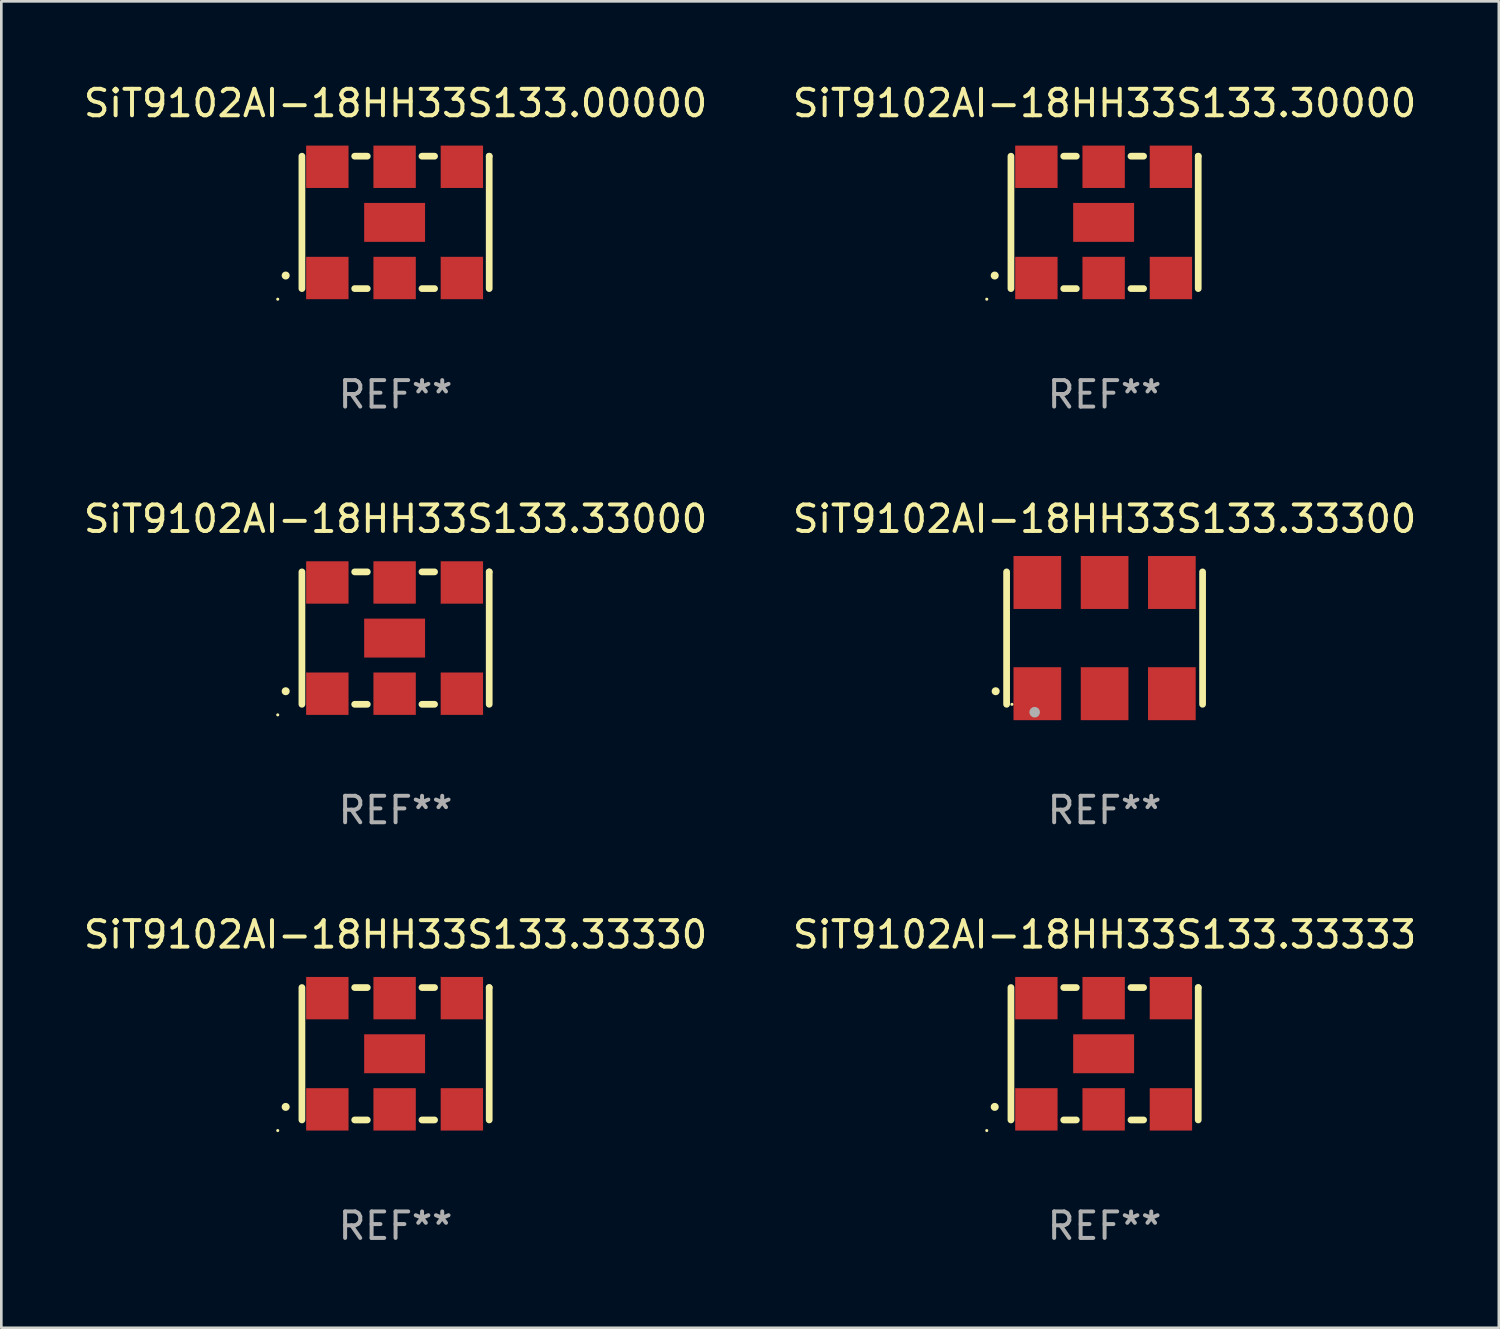
<source format=kicad_pcb>
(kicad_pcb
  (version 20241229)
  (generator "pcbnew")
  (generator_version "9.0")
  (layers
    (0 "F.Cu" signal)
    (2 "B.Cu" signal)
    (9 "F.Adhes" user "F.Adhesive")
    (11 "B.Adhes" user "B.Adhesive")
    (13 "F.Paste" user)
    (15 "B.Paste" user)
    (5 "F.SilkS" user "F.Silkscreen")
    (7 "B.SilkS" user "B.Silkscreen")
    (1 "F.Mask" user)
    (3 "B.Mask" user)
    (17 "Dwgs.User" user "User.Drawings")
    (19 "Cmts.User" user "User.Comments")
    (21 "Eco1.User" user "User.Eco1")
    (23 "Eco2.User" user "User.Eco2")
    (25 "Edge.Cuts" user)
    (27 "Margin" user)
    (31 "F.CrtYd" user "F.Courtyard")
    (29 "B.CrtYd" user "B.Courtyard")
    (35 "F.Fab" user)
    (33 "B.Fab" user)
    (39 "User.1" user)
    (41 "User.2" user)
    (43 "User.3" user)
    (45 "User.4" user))
  (footprint "SiT9102AI-18HH33S133.33330"
    (layer "F.Cu")
    (at 11.887 36.741)
    (property "Reference" "SiT9102AI-18HH33S133.33330" (at 0 -4.5 0) (layer "F.SilkS") (effects (font (size 1 1) (thickness 0.15))))
    (attr through_hole)
    (fp_line (start -3.536 -2.5) (end -3.536 2.5) (stroke (width 0.254) (type solid)) (layer "F.SilkS"))
    (fp_line (start -1.544 2.5) (end -1.067 2.5) (stroke (width 0.254) (type solid)) (layer "F.SilkS"))
    (fp_line (start -1.067 -2.5) (end -1.544 -2.5) (stroke (width 0.254) (type solid)) (layer "F.SilkS"))
    (fp_line (start 0.996 2.5) (end 1.473 2.5) (stroke (width 0.254) (type solid)) (layer "F.SilkS"))
    (fp_line (start 1.473 -2.5) (end 0.996 -2.5) (stroke (width 0.254) (type solid)) (layer "F.SilkS"))
    (fp_line (start 3.536 -2.5) (end 3.536 -2.5) (stroke (width 0.254) (type solid)) (layer "F.SilkS"))
    (fp_line (start 3.536 2.5) (end 3.536 -2.5) (stroke (width 0.254) (type solid)) (layer "F.SilkS"))
    (fp_arc (start -4.150432 2.006604) (mid -4.149162 2.006599) (end -4.147892 2.006604) (stroke (width 0.3) (type solid)) (layer "F.SilkS"))
    (fp_circle (center -4.449 2.9) (end -4.419 2.9) (stroke (width 0.06) (type solid)) (fill no) (layer "F.SilkS"))
    (fp_text user "REF**" (at 0 6.5 0) (layer "F.Fab") (effects (font (size 1 1) (thickness 0.15))))
    (pad "1" smd rect (at -2.576 2.1) (size 1.6 1.6) (layers "F.Cu" "F.Mask" "F.Paste"))
    (pad "2" smd rect (at -0.036 2.1) (size 1.6 1.6) (layers "F.Cu" "F.Mask" "F.Paste"))
    (pad "3" smd rect (at 2.504 2.1) (size 1.6 1.6) (layers "F.Cu" "F.Mask" "F.Paste"))
    (pad "4" smd rect (at 2.504 -2.1) (size 1.6 1.6) (layers "F.Cu" "F.Mask" "F.Paste"))
    (pad "5" smd rect (at -0.036 -2.1) (size 1.6 1.6) (layers "F.Cu" "F.Mask" "F.Paste"))
    (pad "6" smd rect (at -2.576 -2.1) (size 1.6 1.6) (layers "F.Cu" "F.Mask" "F.Paste"))
    (pad "7" smd rect (at -0.036 0) (size 2.3 1.47) (layers "F.Cu" "F.Mask" "F.Paste")))
  (footprint "SiT9102AI-18HH33S133.33000"
    (layer "F.Cu")
    (at 11.887 21.045)
    (property "Reference" "SiT9102AI-18HH33S133.33000" (at 0 -4.5 0) (layer "F.SilkS") (effects (font (size 1 1) (thickness 0.15))))
    (attr through_hole)
    (fp_line (start -3.536 -2.5) (end -3.536 2.5) (stroke (width 0.254) (type solid)) (layer "F.SilkS"))
    (fp_line (start -1.544 2.5) (end -1.067 2.5) (stroke (width 0.254) (type solid)) (layer "F.SilkS"))
    (fp_line (start -1.067 -2.5) (end -1.544 -2.5) (stroke (width 0.254) (type solid)) (layer "F.SilkS"))
    (fp_line (start 0.996 2.5) (end 1.473 2.5) (stroke (width 0.254) (type solid)) (layer "F.SilkS"))
    (fp_line (start 1.473 -2.5) (end 0.996 -2.5) (stroke (width 0.254) (type solid)) (layer "F.SilkS"))
    (fp_line (start 3.536 -2.5) (end 3.536 -2.5) (stroke (width 0.254) (type solid)) (layer "F.SilkS"))
    (fp_line (start 3.536 2.5) (end 3.536 -2.5) (stroke (width 0.254) (type solid)) (layer "F.SilkS"))
    (fp_arc (start -4.150432 2.006604) (mid -4.149162 2.006599) (end -4.147892 2.006604) (stroke (width 0.3) (type solid)) (layer "F.SilkS"))
    (fp_circle (center -4.449 2.9) (end -4.419 2.9) (stroke (width 0.06) (type solid)) (fill no) (layer "F.SilkS"))
    (fp_text user "REF**" (at 0 6.5 0) (layer "F.Fab") (effects (font (size 1 1) (thickness 0.15))))
    (pad "1" smd rect (at -2.576 2.1) (size 1.6 1.6) (layers "F.Cu" "F.Mask" "F.Paste"))
    (pad "2" smd rect (at -0.036 2.1) (size 1.6 1.6) (layers "F.Cu" "F.Mask" "F.Paste"))
    (pad "3" smd rect (at 2.504 2.1) (size 1.6 1.6) (layers "F.Cu" "F.Mask" "F.Paste"))
    (pad "4" smd rect (at 2.504 -2.1) (size 1.6 1.6) (layers "F.Cu" "F.Mask" "F.Paste"))
    (pad "5" smd rect (at -0.036 -2.1) (size 1.6 1.6) (layers "F.Cu" "F.Mask" "F.Paste"))
    (pad "6" smd rect (at -2.576 -2.1) (size 1.6 1.6) (layers "F.Cu" "F.Mask" "F.Paste"))
    (pad "7" smd rect (at -0.036 0) (size 2.3 1.47) (layers "F.Cu" "F.Mask" "F.Paste")))
  (footprint "SiT9102AI-18HH33S133.00000"
    (layer "F.Cu")
    (at 11.887 5.348)
    (property "Reference" "SiT9102AI-18HH33S133.00000" (at 0 -4.5 0) (layer "F.SilkS") (effects (font (size 1 1) (thickness 0.15))))
    (attr through_hole)
    (fp_line (start -3.536 -2.5) (end -3.536 2.5) (stroke (width 0.254) (type solid)) (layer "F.SilkS"))
    (fp_line (start -1.544 2.5) (end -1.067 2.5) (stroke (width 0.254) (type solid)) (layer "F.SilkS"))
    (fp_line (start -1.067 -2.5) (end -1.544 -2.5) (stroke (width 0.254) (type solid)) (layer "F.SilkS"))
    (fp_line (start 0.996 2.5) (end 1.473 2.5) (stroke (width 0.254) (type solid)) (layer "F.SilkS"))
    (fp_line (start 1.473 -2.5) (end 0.996 -2.5) (stroke (width 0.254) (type solid)) (layer "F.SilkS"))
    (fp_line (start 3.536 -2.5) (end 3.536 -2.5) (stroke (width 0.254) (type solid)) (layer "F.SilkS"))
    (fp_line (start 3.536 2.5) (end 3.536 -2.5) (stroke (width 0.254) (type solid)) (layer "F.SilkS"))
    (fp_arc (start -4.150432 2.006604) (mid -4.149162 2.006599) (end -4.147892 2.006604) (stroke (width 0.3) (type solid)) (layer "F.SilkS"))
    (fp_circle (center -4.449 2.9) (end -4.419 2.9) (stroke (width 0.06) (type solid)) (fill no) (layer "F.SilkS"))
    (fp_text user "REF**" (at 0 6.5 0) (layer "F.Fab") (effects (font (size 1 1) (thickness 0.15))))
    (pad "1" smd rect (at -2.576 2.1) (size 1.6 1.6) (layers "F.Cu" "F.Mask" "F.Paste"))
    (pad "2" smd rect (at -0.036 2.1) (size 1.6 1.6) (layers "F.Cu" "F.Mask" "F.Paste"))
    (pad "3" smd rect (at 2.504 2.1) (size 1.6 1.6) (layers "F.Cu" "F.Mask" "F.Paste"))
    (pad "4" smd rect (at 2.504 -2.1) (size 1.6 1.6) (layers "F.Cu" "F.Mask" "F.Paste"))
    (pad "5" smd rect (at -0.036 -2.1) (size 1.6 1.6) (layers "F.Cu" "F.Mask" "F.Paste"))
    (pad "6" smd rect (at -2.576 -2.1) (size 1.6 1.6) (layers "F.Cu" "F.Mask" "F.Paste"))
    (pad "7" smd rect (at -0.036 0) (size 2.3 1.47) (layers "F.Cu" "F.Mask" "F.Paste")))
  (footprint "SiT9102AI-18HH33S133.33300"
    (layer "F.Cu")
    (at 38.661 21.045)
    (property "Reference" "SiT9102AI-18HH33S133.33300" (at 0 -4.5 0) (layer "F.SilkS") (effects (font (size 1 1) (thickness 0.15))))
    (attr through_hole)
    (fp_line (start -3.7 -2.5) (end -3.7 2.5) (stroke (width 0.254) (type solid)) (layer "F.SilkS"))
    (fp_line (start 3.7 -2.5) (end 3.7 2.5) (stroke (width 0.254) (type solid)) (layer "F.SilkS"))
    (fp_arc (start -4.114415 2.006604) (mid -4.113145 2.006599) (end -4.111875 2.006604) (stroke (width 0.3) (type solid)) (layer "F.SilkS"))
    (fp_circle (center -3.5 2.501) (end -3.47 2.501) (stroke (width 0.06) (type solid)) (fill no) (layer "F.SilkS"))
    (fp_circle (center -2.641 2.799) (end -2.541 2.799) (stroke (width 0.2) (type solid)) (fill no) (layer "F.Fab"))
    (fp_text user "REF**" (at 0 6.5 0) (layer "F.Fab") (effects (font (size 1 1) (thickness 0.15))))
    (pad "1" smd rect (at -2.54 2.1) (size 1.8 2) (layers "F.Cu" "F.Mask" "F.Paste"))
    (pad "2" smd rect (at 0.000394 2.1) (size 1.8 2) (layers "F.Cu" "F.Mask" "F.Paste"))
    (pad "3" smd rect (at 2.54 2.1) (size 1.8 2) (layers "F.Cu" "F.Mask" "F.Paste"))
    (pad "4" smd rect (at 2.54 -2.1) (size 1.8 2) (layers "F.Cu" "F.Mask" "F.Paste"))
    (pad "5" smd rect (at 0.000394 -2.1) (size 1.8 2) (layers "F.Cu" "F.Mask" "F.Paste"))
    (pad "6" smd rect (at -2.54 -2.1) (size 1.8 2) (layers "F.Cu" "F.Mask" "F.Paste")))
  (footprint "SiT9102AI-18HH33S133.30000"
    (layer "F.Cu")
    (at 38.661 5.348)
    (property "Reference" "SiT9102AI-18HH33S133.30000" (at 0 -4.5 0) (layer "F.SilkS") (effects (font (size 1 1) (thickness 0.15))))
    (attr through_hole)
    (fp_line (start -3.536 -2.5) (end -3.536 2.5) (stroke (width 0.254) (type solid)) (layer "F.SilkS"))
    (fp_line (start -1.544 2.5) (end -1.067 2.5) (stroke (width 0.254) (type solid)) (layer "F.SilkS"))
    (fp_line (start -1.067 -2.5) (end -1.544 -2.5) (stroke (width 0.254) (type solid)) (layer "F.SilkS"))
    (fp_line (start 0.996 2.5) (end 1.473 2.5) (stroke (width 0.254) (type solid)) (layer "F.SilkS"))
    (fp_line (start 1.473 -2.5) (end 0.996 -2.5) (stroke (width 0.254) (type solid)) (layer "F.SilkS"))
    (fp_line (start 3.536 -2.5) (end 3.536 -2.5) (stroke (width 0.254) (type solid)) (layer "F.SilkS"))
    (fp_line (start 3.536 2.5) (end 3.536 -2.5) (stroke (width 0.254) (type solid)) (layer "F.SilkS"))
    (fp_arc (start -4.150432 2.006604) (mid -4.149162 2.006599) (end -4.147892 2.006604) (stroke (width 0.3) (type solid)) (layer "F.SilkS"))
    (fp_circle (center -4.449 2.9) (end -4.419 2.9) (stroke (width 0.06) (type solid)) (fill no) (layer "F.SilkS"))
    (fp_text user "REF**" (at 0 6.5 0) (layer "F.Fab") (effects (font (size 1 1) (thickness 0.15))))
    (pad "1" smd rect (at -2.576 2.1) (size 1.6 1.6) (layers "F.Cu" "F.Mask" "F.Paste"))
    (pad "2" smd rect (at -0.036 2.1) (size 1.6 1.6) (layers "F.Cu" "F.Mask" "F.Paste"))
    (pad "3" smd rect (at 2.504 2.1) (size 1.6 1.6) (layers "F.Cu" "F.Mask" "F.Paste"))
    (pad "4" smd rect (at 2.504 -2.1) (size 1.6 1.6) (layers "F.Cu" "F.Mask" "F.Paste"))
    (pad "5" smd rect (at -0.036 -2.1) (size 1.6 1.6) (layers "F.Cu" "F.Mask" "F.Paste"))
    (pad "6" smd rect (at -2.576 -2.1) (size 1.6 1.6) (layers "F.Cu" "F.Mask" "F.Paste"))
    (pad "7" smd rect (at -0.036 0) (size 2.3 1.47) (layers "F.Cu" "F.Mask" "F.Paste")))
  (footprint "SiT9102AI-18HH33S133.33333"
    (layer "F.Cu")
    (at 38.661 36.741)
    (property "Reference" "SiT9102AI-18HH33S133.33333" (at 0 -4.5 0) (layer "F.SilkS") (effects (font (size 1 1) (thickness 0.15))))
    (attr through_hole)
    (fp_line (start -3.536 -2.5) (end -3.536 2.5) (stroke (width 0.254) (type solid)) (layer "F.SilkS"))
    (fp_line (start -1.544 2.5) (end -1.067 2.5) (stroke (width 0.254) (type solid)) (layer "F.SilkS"))
    (fp_line (start -1.067 -2.5) (end -1.544 -2.5) (stroke (width 0.254) (type solid)) (layer "F.SilkS"))
    (fp_line (start 0.996 2.5) (end 1.473 2.5) (stroke (width 0.254) (type solid)) (layer "F.SilkS"))
    (fp_line (start 1.473 -2.5) (end 0.996 -2.5) (stroke (width 0.254) (type solid)) (layer "F.SilkS"))
    (fp_line (start 3.536 -2.5) (end 3.536 -2.5) (stroke (width 0.254) (type solid)) (layer "F.SilkS"))
    (fp_line (start 3.536 2.5) (end 3.536 -2.5) (stroke (width 0.254) (type solid)) (layer "F.SilkS"))
    (fp_arc (start -4.150432 2.006604) (mid -4.149162 2.006599) (end -4.147892 2.006604) (stroke (width 0.3) (type solid)) (layer "F.SilkS"))
    (fp_circle (center -4.449 2.9) (end -4.419 2.9) (stroke (width 0.06) (type solid)) (fill no) (layer "F.SilkS"))
    (fp_text user "REF**" (at 0 6.5 0) (layer "F.Fab") (effects (font (size 1 1) (thickness 0.15))))
    (pad "1" smd rect (at -2.576 2.1) (size 1.6 1.6) (layers "F.Cu" "F.Mask" "F.Paste"))
    (pad "2" smd rect (at -0.036 2.1) (size 1.6 1.6) (layers "F.Cu" "F.Mask" "F.Paste"))
    (pad "3" smd rect (at 2.504 2.1) (size 1.6 1.6) (layers "F.Cu" "F.Mask" "F.Paste"))
    (pad "4" smd rect (at 2.504 -2.1) (size 1.6 1.6) (layers "F.Cu" "F.Mask" "F.Paste"))
    (pad "5" smd rect (at -0.036 -2.1) (size 1.6 1.6) (layers "F.Cu" "F.Mask" "F.Paste"))
    (pad "6" smd rect (at -2.576 -2.1) (size 1.6 1.6) (layers "F.Cu" "F.Mask" "F.Paste"))
    (pad "7" smd rect (at -0.036 0) (size 2.3 1.47) (layers "F.Cu" "F.Mask" "F.Paste")))
  (gr_rect
    (start -3 -3)
    (end 53.548 47.09)
    (stroke (width 0.1) (type default))
    (fill no)
    (layer "Edge.Cuts")))
</source>
